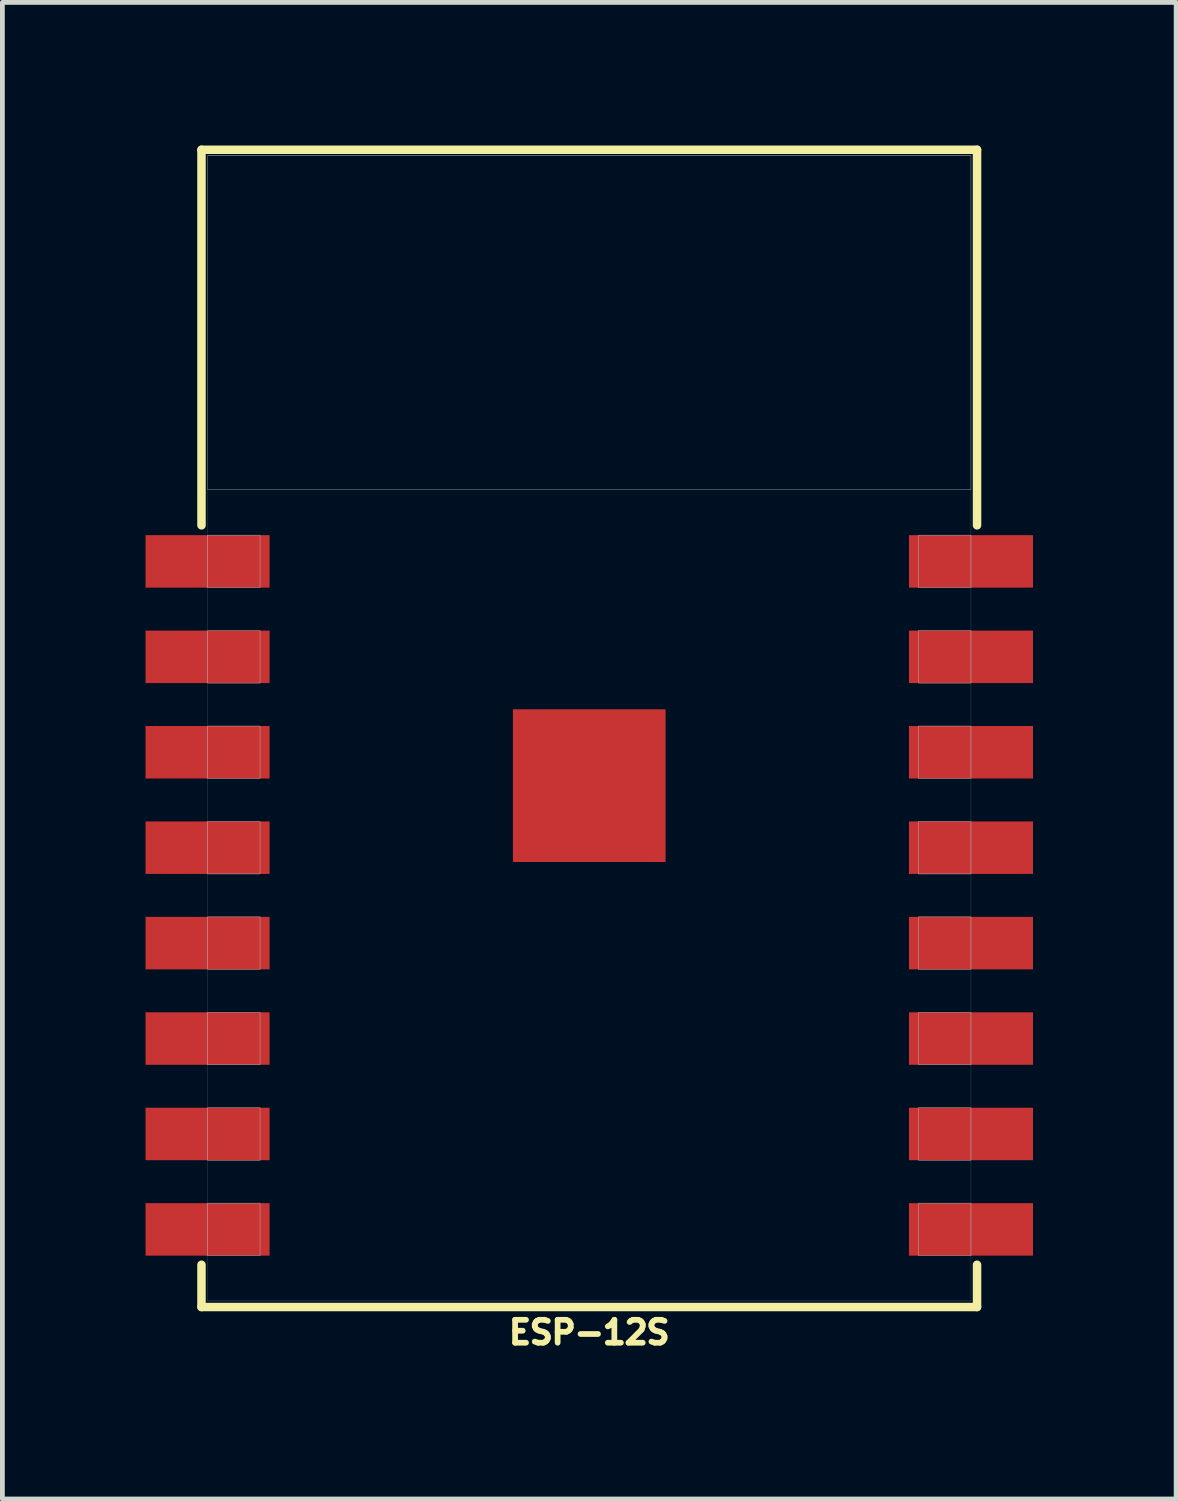
<source format=kicad_pcb>
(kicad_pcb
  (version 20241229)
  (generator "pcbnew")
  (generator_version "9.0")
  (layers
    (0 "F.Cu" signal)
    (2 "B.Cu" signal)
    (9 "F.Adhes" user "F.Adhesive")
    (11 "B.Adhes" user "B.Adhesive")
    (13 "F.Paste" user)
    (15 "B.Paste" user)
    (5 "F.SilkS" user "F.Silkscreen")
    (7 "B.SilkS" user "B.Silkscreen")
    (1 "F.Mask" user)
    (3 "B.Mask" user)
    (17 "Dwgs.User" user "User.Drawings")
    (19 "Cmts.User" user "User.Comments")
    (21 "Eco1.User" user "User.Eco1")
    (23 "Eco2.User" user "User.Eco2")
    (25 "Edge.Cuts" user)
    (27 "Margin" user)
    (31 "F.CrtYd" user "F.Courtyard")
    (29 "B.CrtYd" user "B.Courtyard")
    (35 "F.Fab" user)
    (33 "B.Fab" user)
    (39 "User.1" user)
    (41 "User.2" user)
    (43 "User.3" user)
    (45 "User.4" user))
  (footprint "ESP-12S"
    (layer "F.Cu")
    (at 9.3 12.216)
    (property "Reference" "ESP-12S" (at 0 12.659 0) (layer "F.SilkS") (effects (font (size 0.48 0.48) (thickness 0.15))))
    (attr through_hole)
    (fp_line (start -8.127 -12.127) (end 8.127 -12.127) (stroke (width 0.178) (type solid)) (layer "F.SilkS"))
    (fp_line (start -8.127 -4.256) (end -8.127 -12.127) (stroke (width 0.178) (type solid)) (layer "F.SilkS"))
    (fp_line (start -8.127 12.127) (end -8.127 11.241) (stroke (width 0.178) (type solid)) (layer "F.SilkS"))
    (fp_line (start 8.127 -12.127) (end 8.127 -4.256) (stroke (width 0.178) (type solid)) (layer "F.SilkS"))
    (fp_line (start 8.127 11.241) (end 8.127 12.127) (stroke (width 0.178) (type solid)) (layer "F.SilkS"))
    (fp_line (start 8.127 12.127) (end -8.127 12.127) (stroke (width 0.178) (type solid)) (layer "F.SilkS"))
    (fp_poly (pts (xy -1.016 0.159) (xy 0.984 0.159) (xy 0.984 2.159) (xy -1.016 2.159)) (stroke (width 0.01) (type solid)) (fill yes) (layer "F.Paste"))
    (fp_poly (pts (xy -8 -5) (xy 8 -5) (xy 8 -12) (xy -8 -12)) (stroke (width 0.003) (type solid)) (fill no) (layer "Dwgs.User"))
    (fp_poly (pts (xy 8 -5) (xy -8 -5) (xy -8 -12) (xy 8 -12)) (stroke (width 0.003) (type solid)) (fill no) (layer "Dwgs.User"))
    (fp_line (start -8 -12) (end 8 -12) (stroke (width 0.003) (type solid)) (layer "F.Fab"))
    (fp_line (start -8 12) (end -8 -12) (stroke (width 0.003) (type solid)) (layer "F.Fab"))
    (fp_line (start 8 -12) (end 8 12) (stroke (width 0.003) (type solid)) (layer "F.Fab"))
    (fp_line (start 8 12) (end -8 12) (stroke (width 0.003) (type solid)) (layer "F.Fab"))
    (fp_poly (pts (xy -8 -4.05) (xy -6.9 -4.05) (xy -6.9 -2.95) (xy -8 -2.95)) (stroke (width 0.01) (type solid)) (fill no) (layer "F.Fab"))
    (fp_poly (pts (xy -8 -2.05) (xy -6.9 -2.05) (xy -6.9 -0.95) (xy -8 -0.95)) (stroke (width 0.01) (type solid)) (fill no) (layer "F.Fab"))
    (fp_poly (pts (xy -8 -0.05) (xy -6.9 -0.05) (xy -6.9 1.05) (xy -8 1.05)) (stroke (width 0.01) (type solid)) (fill no) (layer "F.Fab"))
    (fp_poly (pts (xy -8 1.95) (xy -6.9 1.95) (xy -6.9 3.05) (xy -8 3.05)) (stroke (width 0.01) (type solid)) (fill no) (layer "F.Fab"))
    (fp_poly (pts (xy -8 3.95) (xy -6.9 3.95) (xy -6.9 5.05) (xy -8 5.05)) (stroke (width 0.01) (type solid)) (fill no) (layer "F.Fab"))
    (fp_poly (pts (xy -8 5.95) (xy -6.9 5.95) (xy -6.9 7.05) (xy -8 7.05)) (stroke (width 0.01) (type solid)) (fill no) (layer "F.Fab"))
    (fp_poly (pts (xy -8 7.95) (xy -6.9 7.95) (xy -6.9 9.05) (xy -8 9.05)) (stroke (width 0.01) (type solid)) (fill no) (layer "F.Fab"))
    (fp_poly (pts (xy -8 9.95) (xy -6.9 9.95) (xy -6.9 11.05) (xy -8 11.05)) (stroke (width 0.01) (type solid)) (fill no) (layer "F.Fab"))
    (fp_poly (pts (xy 6.9 -4.05) (xy 8 -4.05) (xy 8 -2.95) (xy 6.9 -2.95)) (stroke (width 0.01) (type solid)) (fill no) (layer "F.Fab"))
    (fp_poly (pts (xy 6.9 -2.05) (xy 8 -2.05) (xy 8 -0.95) (xy 6.9 -0.95)) (stroke (width 0.01) (type solid)) (fill no) (layer "F.Fab"))
    (fp_poly (pts (xy 6.9 -0.05) (xy 8 -0.05) (xy 8 1.05) (xy 6.9 1.05)) (stroke (width 0.01) (type solid)) (fill no) (layer "F.Fab"))
    (fp_poly (pts (xy 6.9 1.95) (xy 8 1.95) (xy 8 3.05) (xy 6.9 3.05)) (stroke (width 0.01) (type solid)) (fill no) (layer "F.Fab"))
    (fp_poly (pts (xy 6.9 3.95) (xy 8 3.95) (xy 8 5.05) (xy 6.9 5.05)) (stroke (width 0.01) (type solid)) (fill no) (layer "F.Fab"))
    (fp_poly (pts (xy 6.9 5.95) (xy 8 5.95) (xy 8 7.05) (xy 6.9 7.05)) (stroke (width 0.01) (type solid)) (fill no) (layer "F.Fab"))
    (fp_poly (pts (xy 6.9 7.95) (xy 8 7.95) (xy 8 9.05) (xy 6.9 9.05)) (stroke (width 0.01) (type solid)) (fill no) (layer "F.Fab"))
    (fp_poly (pts (xy 6.9 9.95) (xy 8 9.95) (xy 8 11.05) (xy 6.9 11.05)) (stroke (width 0.01) (type solid)) (fill no) (layer "F.Fab"))
    (pad "1" smd rect (at -8 -3.5) (size 2.6 1.1) (layers "F.Cu" "F.Mask" "F.Paste"))
    (pad "2" smd rect (at -8 -1.5) (size 2.6 1.1) (layers "F.Cu" "F.Mask" "F.Paste"))
    (pad "3" smd rect (at -8 0.5) (size 2.6 1.1) (layers "F.Cu" "F.Mask" "F.Paste"))
    (pad "4" smd rect (at -8 2.5) (size 2.6 1.1) (layers "F.Cu" "F.Mask" "F.Paste"))
    (pad "5" smd rect (at -8 4.5) (size 2.6 1.1) (layers "F.Cu" "F.Mask" "F.Paste"))
    (pad "6" smd rect (at -8 6.5) (size 2.6 1.1) (layers "F.Cu" "F.Mask" "F.Paste"))
    (pad "7" smd rect (at -8 8.5) (size 2.6 1.1) (layers "F.Cu" "F.Mask" "F.Paste"))
    (pad "8" smd rect (at -8 10.5) (size 2.6 1.1) (layers "F.Cu" "F.Mask" "F.Paste"))
    (pad "9" smd rect (at 8 10.5 180) (size 2.6 1.1) (layers "F.Cu" "F.Mask" "F.Paste"))
    (pad "10" smd rect (at 8 8.5 180) (size 2.6 1.1) (layers "F.Cu" "F.Mask" "F.Paste"))
    (pad "11" smd rect (at 8 6.5 180) (size 2.6 1.1) (layers "F.Cu" "F.Mask" "F.Paste"))
    (pad "12" smd rect (at 8 4.5 180) (size 2.6 1.1) (layers "F.Cu" "F.Mask" "F.Paste"))
    (pad "13" smd rect (at 8 2.5 180) (size 2.6 1.1) (layers "F.Cu" "F.Mask" "F.Paste"))
    (pad "14" smd rect (at 8 0.5 180) (size 2.6 1.1) (layers "F.Cu" "F.Mask" "F.Paste"))
    (pad "15" smd rect (at 8 -1.5 180) (size 2.6 1.1) (layers "F.Cu" "F.Mask" "F.Paste"))
    (pad "16" smd rect (at 8 -3.5 180) (size 2.6 1.1) (layers "F.Cu" "F.Mask" "F.Paste"))
    (pad "P$1" smd rect (at 0 1.2) (size 3.2 3.2) (layers "F.Cu" "F.Mask")))
  (gr_rect
    (start -3 -3)
    (end 21.6 28.366)
    (stroke (width 0.1) (type default))
    (fill no)
    (layer "Edge.Cuts")))
</source>
